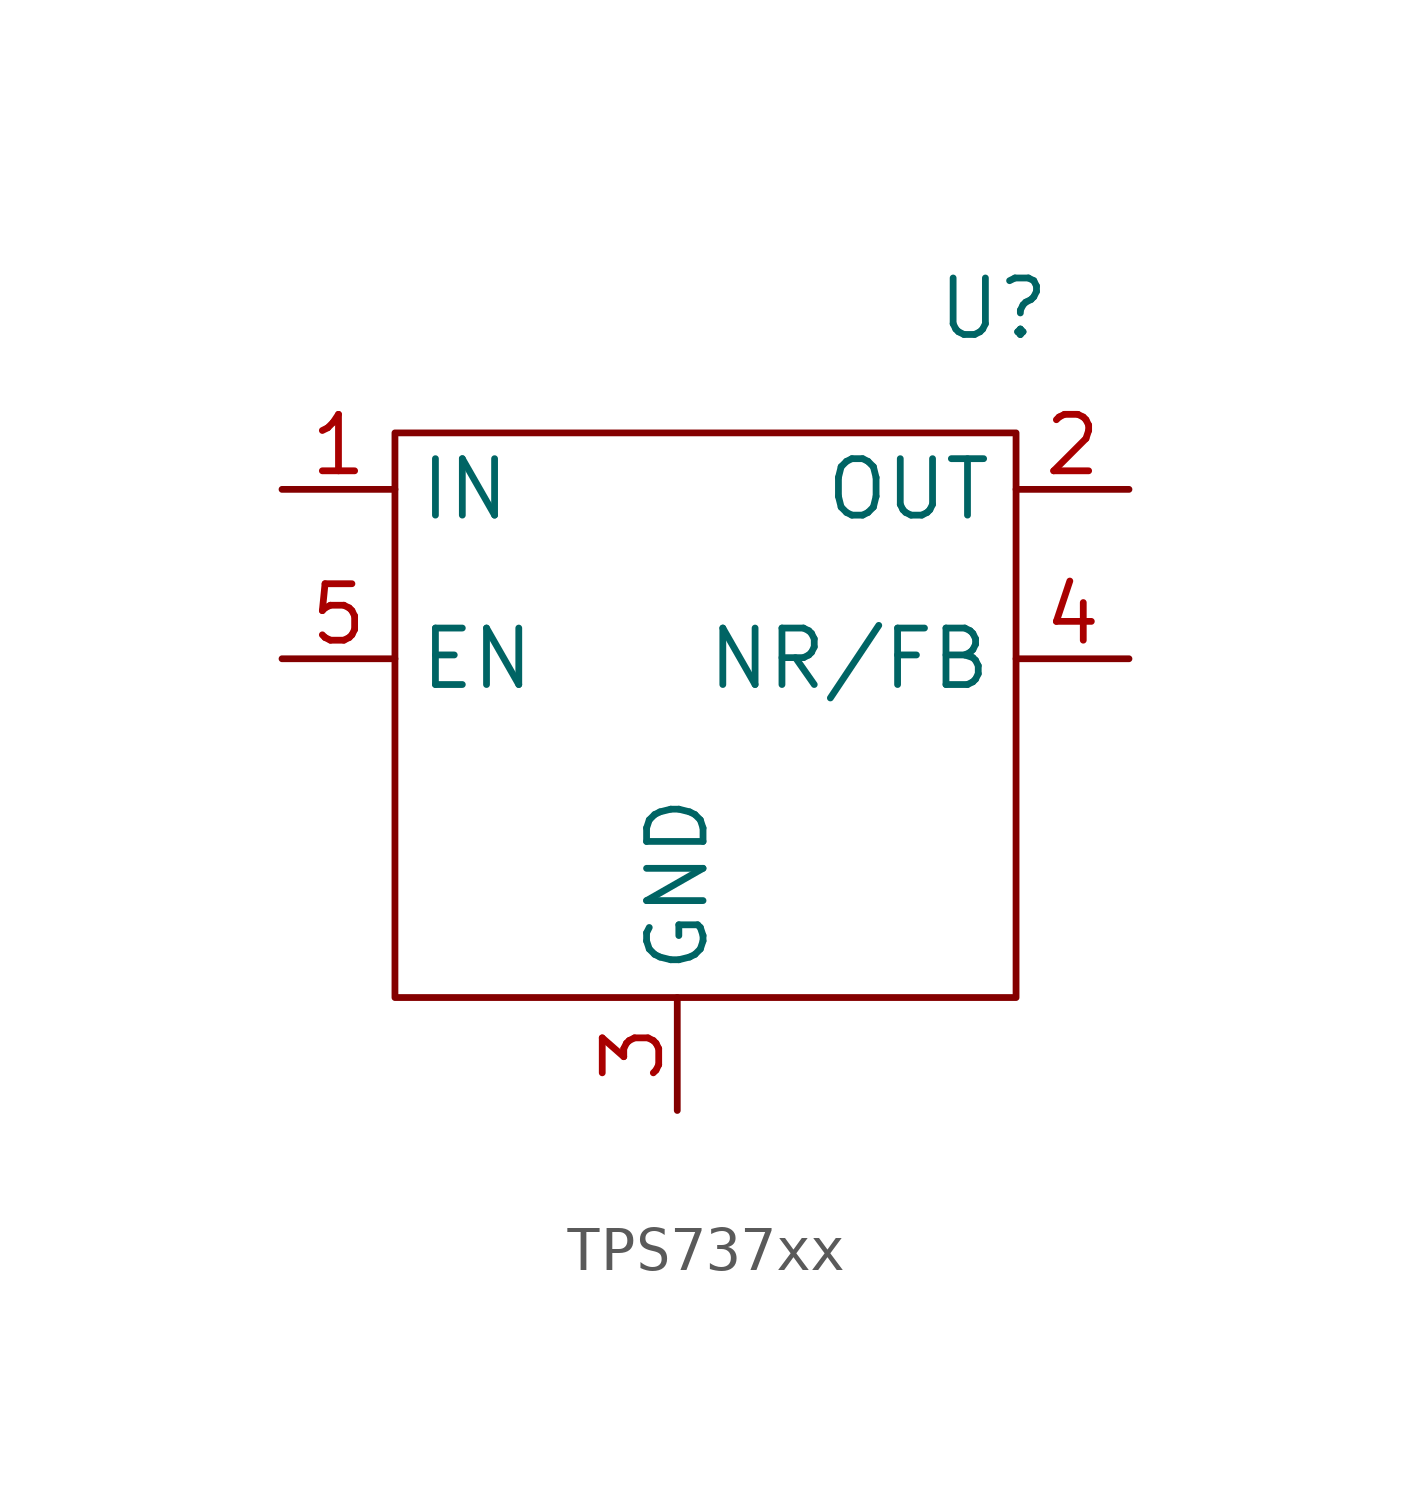
<source format=kicad_sym>
(kicad_symbol_lib
  (version 20231120)
  (generator "kicad_symbol_editor")
  (generator_version "8.0")
  (symbol "TPS737xx"
    (property "Reference" "U"
      (at 7.112 6.604 0)
      (effects (font (size 1.27 1.27))))
    (property "Value" ""
      (at -5.08 0 0)
      (effects (font (size 1.27 1.27))))
    (symbol "TPS737xx_0_1"
      (rectangle (start -6.35 3.81) (end 7.62 -8.89) (stroke (width 0) (type default)) (fill (type none))))
    (symbol "TPS737xx_1_1"
      (pin input line (at -8.89 2.54 0) (length 2.54) (name "IN" (effects (font (size 1.27 1.27)))) (number "1" (effects (font (size 1.27 1.27)))))
      (pin output line (at 10.16 2.54 180) (length 2.54) (name "OUT" (effects (font (size 1.27 1.27)))) (number "2" (effects (font (size 1.27 1.27)))))
      (pin output line (at 0 -11.43 90) (length 2.54) (name "GND" (effects (font (size 1.27 1.27)))) (number "3" (effects (font (size 1.27 1.27)))))
      (pin input line (at 10.16 -1.27 180) (length 2.54) (name "NR/FB" (effects (font (size 1.27 1.27)))) (number "4" (effects (font (size 1.27 1.27)))))
      (pin input line (at -8.89 -1.27 0) (length 2.54) (name "EN" (effects (font (size 1.27 1.27)))) (number "5" (effects (font (size 1.27 1.27)))))
      (pin input line (at 0 -11.43 90) (length 2.54) hide (name "GND" (effects (font (size 1.27 1.27)))) (number "6" (effects (font (size 1.27 1.27))))))))
</source>
